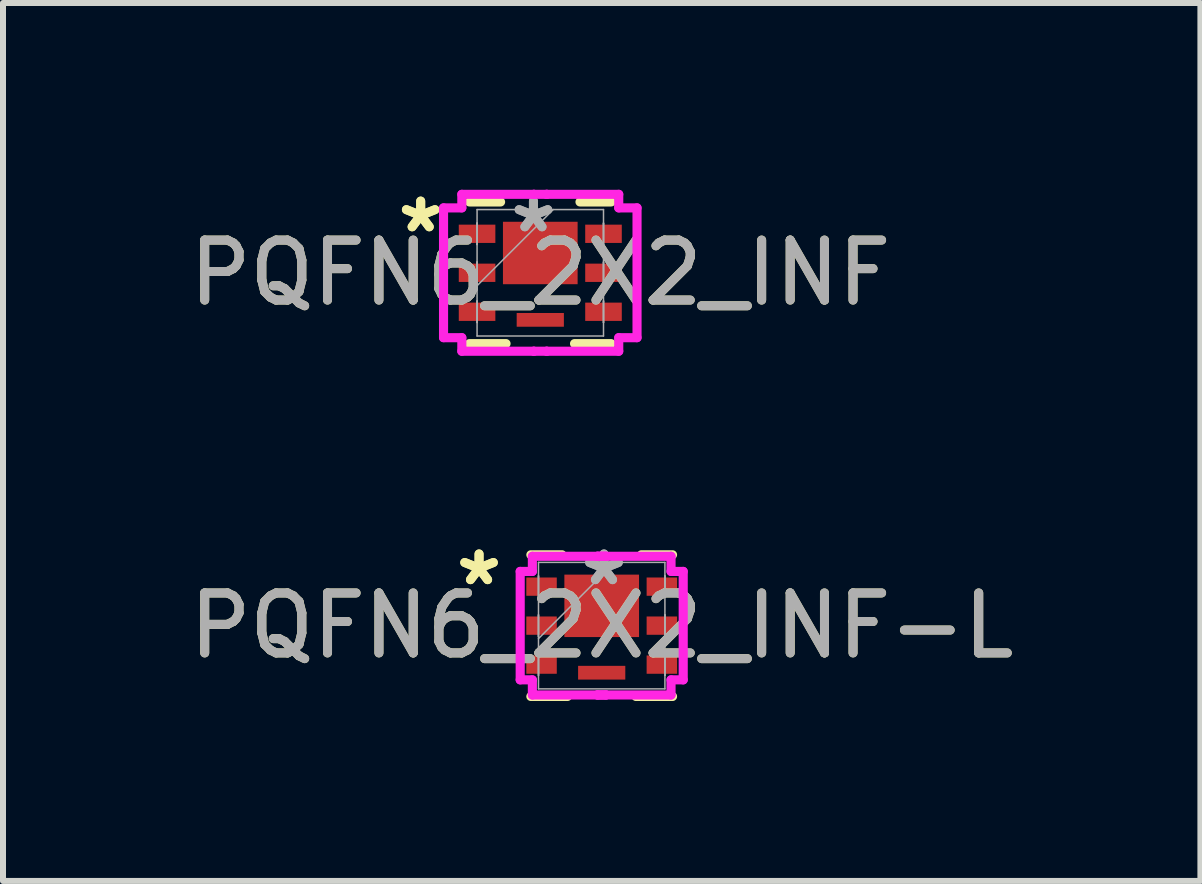
<source format=kicad_pcb>
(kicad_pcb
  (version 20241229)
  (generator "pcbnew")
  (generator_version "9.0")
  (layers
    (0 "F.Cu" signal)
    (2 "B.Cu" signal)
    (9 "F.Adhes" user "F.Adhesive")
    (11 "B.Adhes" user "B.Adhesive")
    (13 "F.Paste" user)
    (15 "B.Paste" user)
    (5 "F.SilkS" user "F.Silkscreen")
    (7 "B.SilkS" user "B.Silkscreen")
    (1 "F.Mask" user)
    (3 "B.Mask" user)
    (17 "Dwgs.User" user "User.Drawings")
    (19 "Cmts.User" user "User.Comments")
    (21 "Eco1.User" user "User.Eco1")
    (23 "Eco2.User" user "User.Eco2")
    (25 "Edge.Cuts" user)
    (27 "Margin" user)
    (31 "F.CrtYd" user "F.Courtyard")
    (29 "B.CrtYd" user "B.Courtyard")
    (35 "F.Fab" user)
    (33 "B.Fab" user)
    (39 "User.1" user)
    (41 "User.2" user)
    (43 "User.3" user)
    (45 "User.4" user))
  (footprint "PQFN6_2X2_INF"
    (layer "F.Cu")
    (at 5.958 1.498)
    (property "Reference" "PQFN6_2X2_INF" (at 0 0 0) (unlocked yes) (layer "F.SilkS") (effects (font (size 1 1) (thickness 0.15))))
    (attr smd)
    (fp_line (start -1.181 1.181) (end -0.571 1.181) (stroke (width 0.152) (type solid)) (layer "F.SilkS"))
    (fp_line (start -0.662 -1.181) (end -1.181 -1.181) (stroke (width 0.152) (type solid)) (layer "F.SilkS"))
    (fp_line (start 0.571 1.181) (end 1.181 1.181) (stroke (width 0.152) (type solid)) (layer "F.SilkS"))
    (fp_line (start 1.181 -1.181) (end 0.662 -1.181) (stroke (width 0.152) (type solid)) (layer "F.SilkS"))
    (fp_line (start -1.613 -1.082) (end -1.308 -1.082) (stroke (width 0.152) (type solid)) (layer "F.CrtYd"))
    (fp_line (start -1.613 1.082) (end -1.613 -1.082) (stroke (width 0.152) (type solid)) (layer "F.CrtYd"))
    (fp_line (start -1.308 -1.308) (end -0.107 -1.308) (stroke (width 0.152) (type solid)) (layer "F.CrtYd"))
    (fp_line (start -1.308 -1.082) (end -1.308 -1.308) (stroke (width 0.152) (type solid)) (layer "F.CrtYd"))
    (fp_line (start -1.308 1.082) (end -1.613 1.082) (stroke (width 0.152) (type solid)) (layer "F.CrtYd"))
    (fp_line (start -1.308 1.308) (end -1.308 1.082) (stroke (width 0.152) (type solid)) (layer "F.CrtYd"))
    (fp_line (start -0.107 -1.308) (end -0.107 -1.308) (stroke (width 0.152) (type solid)) (layer "F.CrtYd"))
    (fp_line (start -0.107 -1.308) (end 0.107 -1.308) (stroke (width 0.152) (type solid)) (layer "F.CrtYd"))
    (fp_line (start -0.107 1.308) (end -1.308 1.308) (stroke (width 0.152) (type solid)) (layer "F.CrtYd"))
    (fp_line (start -0.107 1.308) (end -0.107 1.308) (stroke (width 0.152) (type solid)) (layer "F.CrtYd"))
    (fp_line (start 0.107 -1.308) (end 0.107 -1.308) (stroke (width 0.152) (type solid)) (layer "F.CrtYd"))
    (fp_line (start 0.107 -1.308) (end 1.308 -1.308) (stroke (width 0.152) (type solid)) (layer "F.CrtYd"))
    (fp_line (start 0.107 1.308) (end -0.107 1.308) (stroke (width 0.152) (type solid)) (layer "F.CrtYd"))
    (fp_line (start 0.107 1.308) (end 0.107 1.308) (stroke (width 0.152) (type solid)) (layer "F.CrtYd"))
    (fp_line (start 1.308 -1.308) (end 1.308 -1.082) (stroke (width 0.152) (type solid)) (layer "F.CrtYd"))
    (fp_line (start 1.308 -1.082) (end 1.613 -1.082) (stroke (width 0.152) (type solid)) (layer "F.CrtYd"))
    (fp_line (start 1.308 1.082) (end 1.308 1.308) (stroke (width 0.152) (type solid)) (layer "F.CrtYd"))
    (fp_line (start 1.308 1.308) (end 0.107 1.308) (stroke (width 0.152) (type solid)) (layer "F.CrtYd"))
    (fp_line (start 1.613 -1.082) (end 1.613 1.082) (stroke (width 0.152) (type solid)) (layer "F.CrtYd"))
    (fp_line (start 1.613 1.082) (end 1.308 1.082) (stroke (width 0.152) (type solid)) (layer "F.CrtYd"))
    (fp_line (start -1.054 -1.054) (end -1.054 1.054) (stroke (width 0.025) (type solid)) (layer "F.Fab"))
    (fp_line (start -1.054 -0.828) (end -1.054 -0.828) (stroke (width 0.025) (type solid)) (layer "F.Fab"))
    (fp_line (start -1.054 -0.828) (end -1.054 -0.472) (stroke (width 0.025) (type solid)) (layer "F.Fab"))
    (fp_line (start -1.054 -0.472) (end -1.054 -0.828) (stroke (width 0.025) (type solid)) (layer "F.Fab"))
    (fp_line (start -1.054 -0.472) (end -1.054 -0.472) (stroke (width 0.025) (type solid)) (layer "F.Fab"))
    (fp_line (start -1.054 -0.178) (end -1.054 -0.178) (stroke (width 0.025) (type solid)) (layer "F.Fab"))
    (fp_line (start -1.054 -0.178) (end -1.054 0.178) (stroke (width 0.025) (type solid)) (layer "F.Fab"))
    (fp_line (start -1.054 0.178) (end -1.054 -0.178) (stroke (width 0.025) (type solid)) (layer "F.Fab"))
    (fp_line (start -1.054 0.178) (end -1.054 0.178) (stroke (width 0.025) (type solid)) (layer "F.Fab"))
    (fp_line (start -1.054 0.216) (end 0.216 -1.054) (stroke (width 0.025) (type solid)) (layer "F.Fab"))
    (fp_line (start -1.054 0.472) (end -1.054 0.472) (stroke (width 0.025) (type solid)) (layer "F.Fab"))
    (fp_line (start -1.054 0.472) (end -1.054 0.828) (stroke (width 0.025) (type solid)) (layer "F.Fab"))
    (fp_line (start -1.054 0.828) (end -1.054 0.472) (stroke (width 0.025) (type solid)) (layer "F.Fab"))
    (fp_line (start -1.054 0.828) (end -1.054 0.828) (stroke (width 0.025) (type solid)) (layer "F.Fab"))
    (fp_line (start -1.054 1.054) (end 1.054 1.054) (stroke (width 0.025) (type solid)) (layer "F.Fab"))
    (fp_line (start 1.054 -1.054) (end -1.054 -1.054) (stroke (width 0.025) (type solid)) (layer "F.Fab"))
    (fp_line (start 1.054 -0.828) (end 1.054 -0.828) (stroke (width 0.025) (type solid)) (layer "F.Fab"))
    (fp_line (start 1.054 -0.828) (end 1.054 -0.472) (stroke (width 0.025) (type solid)) (layer "F.Fab"))
    (fp_line (start 1.054 -0.472) (end 1.054 -0.828) (stroke (width 0.025) (type solid)) (layer "F.Fab"))
    (fp_line (start 1.054 -0.472) (end 1.054 -0.472) (stroke (width 0.025) (type solid)) (layer "F.Fab"))
    (fp_line (start 1.054 -0.178) (end 1.054 -0.178) (stroke (width 0.025) (type solid)) (layer "F.Fab"))
    (fp_line (start 1.054 -0.178) (end 1.054 0.178) (stroke (width 0.025) (type solid)) (layer "F.Fab"))
    (fp_line (start 1.054 0.178) (end 1.054 -0.178) (stroke (width 0.025) (type solid)) (layer "F.Fab"))
    (fp_line (start 1.054 0.178) (end 1.054 0.178) (stroke (width 0.025) (type solid)) (layer "F.Fab"))
    (fp_line (start 1.054 0.472) (end 1.054 0.472) (stroke (width 0.025) (type solid)) (layer "F.Fab"))
    (fp_line (start 1.054 0.472) (end 1.054 0.828) (stroke (width 0.025) (type solid)) (layer "F.Fab"))
    (fp_line (start 1.054 0.828) (end 1.054 0.472) (stroke (width 0.025) (type solid)) (layer "F.Fab"))
    (fp_line (start 1.054 0.828) (end 1.054 0.828) (stroke (width 0.025) (type solid)) (layer "F.Fab"))
    (fp_line (start 1.054 1.054) (end 1.054 -1.054) (stroke (width 0.025) (type solid)) (layer "F.Fab"))
    (fp_text user "*" (at -1.994 -0.65 0) (unlocked yes) (layer "F.SilkS") (effects (font (size 1 1) (thickness 0.15))))
    (fp_text user "*" (at -1.994 -0.65 0) (layer "F.SilkS") (effects (font (size 1 1) (thickness 0.15))))
    (fp_text user "*" (at -0.114 -0.65 0) (unlocked yes) (layer "F.Fab") (effects (font (size 1 1) (thickness 0.15))))
    (fp_text user "*" (at -0.114 -0.65 0) (layer "F.Fab") (effects (font (size 1 1) (thickness 0.15))))
    (fp_text user "${REFERENCE}" (at 0 0 0) (unlocked yes) (layer "F.Fab") (effects (font (size 1 1) (thickness 0.15))))
    (pad "1" smd rect (at -1.054 -0.65 90) (size 0.305 0.61) (layers "F.Cu" "F.Mask" "F.Paste"))
    (pad "2" smd rect (at -1.054 0 90) (size 0.305 0.61) (layers "F.Cu" "F.Mask" "F.Paste"))
    (pad "3" smd rect (at -1.054 0.65 90) (size 0.305 0.61) (layers "F.Cu" "F.Mask" "F.Paste"))
    (pad "4" smd rect (at 1.054 0.65 90) (size 0.305 0.61) (layers "F.Cu" "F.Mask" "F.Paste"))
    (pad "5" smd rect (at 1.054 0 90) (size 0.305 0.61) (layers "F.Cu" "F.Mask" "F.Paste"))
    (pad "6" smd rect (at 1.054 -0.65 90) (size 0.305 0.61) (layers "F.Cu" "F.Mask" "F.Paste"))
    (pad "7" smd rect (at 0 -0.33) (size 1.245 1.041) (layers "F.Cu" "F.Mask" "F.Paste"))
    (pad "8" smd rect (at 0 0.785) (size 0.787 0.229) (layers "F.Cu" "F.Mask" "F.Paste")))
  (footprint "PQFN6_2X2_INF-L"
    (layer "F.Cu")
    (at 6.982 7.381)
    (property "Reference" "PQFN6_2X2_INF-L" (at 0 0 0) (unlocked yes) (layer "F.SilkS") (effects (font (size 1 1) (thickness 0.15))))
    (attr smd)
    (fp_line (start -1.181 1.181) (end -0.571 1.181) (stroke (width 0.152) (type solid)) (layer "F.SilkS"))
    (fp_line (start -0.662 -1.181) (end -1.181 -1.181) (stroke (width 0.152) (type solid)) (layer "F.SilkS"))
    (fp_line (start 0.571 1.181) (end 1.181 1.181) (stroke (width 0.152) (type solid)) (layer "F.SilkS"))
    (fp_line (start 1.181 -1.181) (end 0.662 -1.181) (stroke (width 0.152) (type solid)) (layer "F.SilkS"))
    (fp_line (start -1.359 -0.904) (end -1.156 -0.904) (stroke (width 0.152) (type solid)) (layer "F.CrtYd"))
    (fp_line (start -1.359 0.904) (end -1.359 -0.904) (stroke (width 0.152) (type solid)) (layer "F.CrtYd"))
    (fp_line (start -1.156 -1.156) (end 0.071 -1.156) (stroke (width 0.152) (type solid)) (layer "F.CrtYd"))
    (fp_line (start -1.156 -0.904) (end -1.156 -1.156) (stroke (width 0.152) (type solid)) (layer "F.CrtYd"))
    (fp_line (start -1.156 0.904) (end -1.359 0.904) (stroke (width 0.152) (type solid)) (layer "F.CrtYd"))
    (fp_line (start -1.156 1.156) (end -1.156 0.904) (stroke (width 0.152) (type solid)) (layer "F.CrtYd"))
    (fp_line (start -0.071 -1.156) (end -0.071 -1.156) (stroke (width 0.152) (type solid)) (layer "F.CrtYd"))
    (fp_line (start -0.071 -1.156) (end 1.156 -1.156) (stroke (width 0.152) (type solid)) (layer "F.CrtYd"))
    (fp_line (start -0.071 1.156) (end -0.071 1.156) (stroke (width 0.152) (type solid)) (layer "F.CrtYd"))
    (fp_line (start -0.071 1.156) (end 0.071 1.156) (stroke (width 0.152) (type solid)) (layer "F.CrtYd"))
    (fp_line (start 0.071 -1.156) (end -0.071 -1.156) (stroke (width 0.152) (type solid)) (layer "F.CrtYd"))
    (fp_line (start 0.071 -1.156) (end 0.071 -1.156) (stroke (width 0.152) (type solid)) (layer "F.CrtYd"))
    (fp_line (start 0.071 1.156) (end -1.156 1.156) (stroke (width 0.152) (type solid)) (layer "F.CrtYd"))
    (fp_line (start 0.071 1.156) (end 0.071 1.156) (stroke (width 0.152) (type solid)) (layer "F.CrtYd"))
    (fp_line (start 1.156 -1.156) (end 1.156 -0.904) (stroke (width 0.152) (type solid)) (layer "F.CrtYd"))
    (fp_line (start 1.156 -0.904) (end 1.359 -0.904) (stroke (width 0.152) (type solid)) (layer "F.CrtYd"))
    (fp_line (start 1.156 0.904) (end 1.156 1.156) (stroke (width 0.152) (type solid)) (layer "F.CrtYd"))
    (fp_line (start 1.156 1.156) (end -0.071 1.156) (stroke (width 0.152) (type solid)) (layer "F.CrtYd"))
    (fp_line (start 1.359 -0.904) (end 1.359 0.904) (stroke (width 0.152) (type solid)) (layer "F.CrtYd"))
    (fp_line (start 1.359 0.904) (end 1.156 0.904) (stroke (width 0.152) (type solid)) (layer "F.CrtYd"))
    (fp_line (start -1.054 -1.054) (end -1.054 1.054) (stroke (width 0.025) (type solid)) (layer "F.Fab"))
    (fp_line (start -1.054 -0.828) (end -1.054 -0.828) (stroke (width 0.025) (type solid)) (layer "F.Fab"))
    (fp_line (start -1.054 -0.828) (end -1.054 -0.472) (stroke (width 0.025) (type solid)) (layer "F.Fab"))
    (fp_line (start -1.054 -0.472) (end -1.054 -0.828) (stroke (width 0.025) (type solid)) (layer "F.Fab"))
    (fp_line (start -1.054 -0.472) (end -1.054 -0.472) (stroke (width 0.025) (type solid)) (layer "F.Fab"))
    (fp_line (start -1.054 -0.178) (end -1.054 -0.178) (stroke (width 0.025) (type solid)) (layer "F.Fab"))
    (fp_line (start -1.054 -0.178) (end -1.054 0.178) (stroke (width 0.025) (type solid)) (layer "F.Fab"))
    (fp_line (start -1.054 0.178) (end -1.054 -0.178) (stroke (width 0.025) (type solid)) (layer "F.Fab"))
    (fp_line (start -1.054 0.178) (end -1.054 0.178) (stroke (width 0.025) (type solid)) (layer "F.Fab"))
    (fp_line (start -1.054 0.216) (end 0.216 -1.054) (stroke (width 0.025) (type solid)) (layer "F.Fab"))
    (fp_line (start -1.054 0.472) (end -1.054 0.472) (stroke (width 0.025) (type solid)) (layer "F.Fab"))
    (fp_line (start -1.054 0.472) (end -1.054 0.828) (stroke (width 0.025) (type solid)) (layer "F.Fab"))
    (fp_line (start -1.054 0.828) (end -1.054 0.472) (stroke (width 0.025) (type solid)) (layer "F.Fab"))
    (fp_line (start -1.054 0.828) (end -1.054 0.828) (stroke (width 0.025) (type solid)) (layer "F.Fab"))
    (fp_line (start -1.054 1.054) (end 1.054 1.054) (stroke (width 0.025) (type solid)) (layer "F.Fab"))
    (fp_line (start 1.054 -1.054) (end -1.054 -1.054) (stroke (width 0.025) (type solid)) (layer "F.Fab"))
    (fp_line (start 1.054 -0.828) (end 1.054 -0.828) (stroke (width 0.025) (type solid)) (layer "F.Fab"))
    (fp_line (start 1.054 -0.828) (end 1.054 -0.472) (stroke (width 0.025) (type solid)) (layer "F.Fab"))
    (fp_line (start 1.054 -0.472) (end 1.054 -0.828) (stroke (width 0.025) (type solid)) (layer "F.Fab"))
    (fp_line (start 1.054 -0.472) (end 1.054 -0.472) (stroke (width 0.025) (type solid)) (layer "F.Fab"))
    (fp_line (start 1.054 -0.178) (end 1.054 -0.178) (stroke (width 0.025) (type solid)) (layer "F.Fab"))
    (fp_line (start 1.054 -0.178) (end 1.054 0.178) (stroke (width 0.025) (type solid)) (layer "F.Fab"))
    (fp_line (start 1.054 0.178) (end 1.054 -0.178) (stroke (width 0.025) (type solid)) (layer "F.Fab"))
    (fp_line (start 1.054 0.178) (end 1.054 0.178) (stroke (width 0.025) (type solid)) (layer "F.Fab"))
    (fp_line (start 1.054 0.472) (end 1.054 0.472) (stroke (width 0.025) (type solid)) (layer "F.Fab"))
    (fp_line (start 1.054 0.472) (end 1.054 0.828) (stroke (width 0.025) (type solid)) (layer "F.Fab"))
    (fp_line (start 1.054 0.828) (end 1.054 0.472) (stroke (width 0.025) (type solid)) (layer "F.Fab"))
    (fp_line (start 1.054 0.828) (end 1.054 0.828) (stroke (width 0.025) (type solid)) (layer "F.Fab"))
    (fp_line (start 1.054 1.054) (end 1.054 -1.054) (stroke (width 0.025) (type solid)) (layer "F.Fab"))
    (fp_text user "*" (at -2.045 -0.65 0) (layer "F.SilkS") (effects (font (size 1 1) (thickness 0.15))))
    (fp_text user "*" (at -2.045 -0.65 0) (unlocked yes) (layer "F.SilkS") (effects (font (size 1 1) (thickness 0.15))))
    (fp_text user "*" (at 0.038 -0.65 0) (unlocked yes) (layer "F.Fab") (effects (font (size 1 1) (thickness 0.15))))
    (fp_text user "${REFERENCE}" (at 0 0 0) (unlocked yes) (layer "F.Fab") (effects (font (size 1 1) (thickness 0.15))))
    (fp_text user "*" (at 0.038 -0.65 0) (layer "F.Fab") (effects (font (size 1 1) (thickness 0.15))))
    (pad "1" smd rect (at -1.003 -0.65 90) (size 0.305 0.508) (layers "F.Cu" "F.Mask" "F.Paste"))
    (pad "2" smd rect (at -1.003 0 90) (size 0.305 0.508) (layers "F.Cu" "F.Mask" "F.Paste"))
    (pad "3" smd rect (at -1.003 0.65 90) (size 0.305 0.508) (layers "F.Cu" "F.Mask" "F.Paste"))
    (pad "4" smd rect (at 1.003 0.65 90) (size 0.305 0.508) (layers "F.Cu" "F.Mask" "F.Paste"))
    (pad "5" smd rect (at 1.003 0 90) (size 0.305 0.508) (layers "F.Cu" "F.Mask" "F.Paste"))
    (pad "6" smd rect (at 1.003 -0.65 90) (size 0.305 0.508) (layers "F.Cu" "F.Mask" "F.Paste"))
    (pad "7" smd rect (at 0 -0.33) (size 1.245 1.041) (layers "F.Cu" "F.Mask" "F.Paste"))
    (pad "8" smd rect (at 0 0.785) (size 0.787 0.229) (layers "F.Cu" "F.Mask" "F.Paste")))
  (gr_rect
    (start -3 -3)
    (end 16.964 11.638)
    (stroke (width 0.1) (type default))
    (fill no)
    (layer "Edge.Cuts")))
</source>
